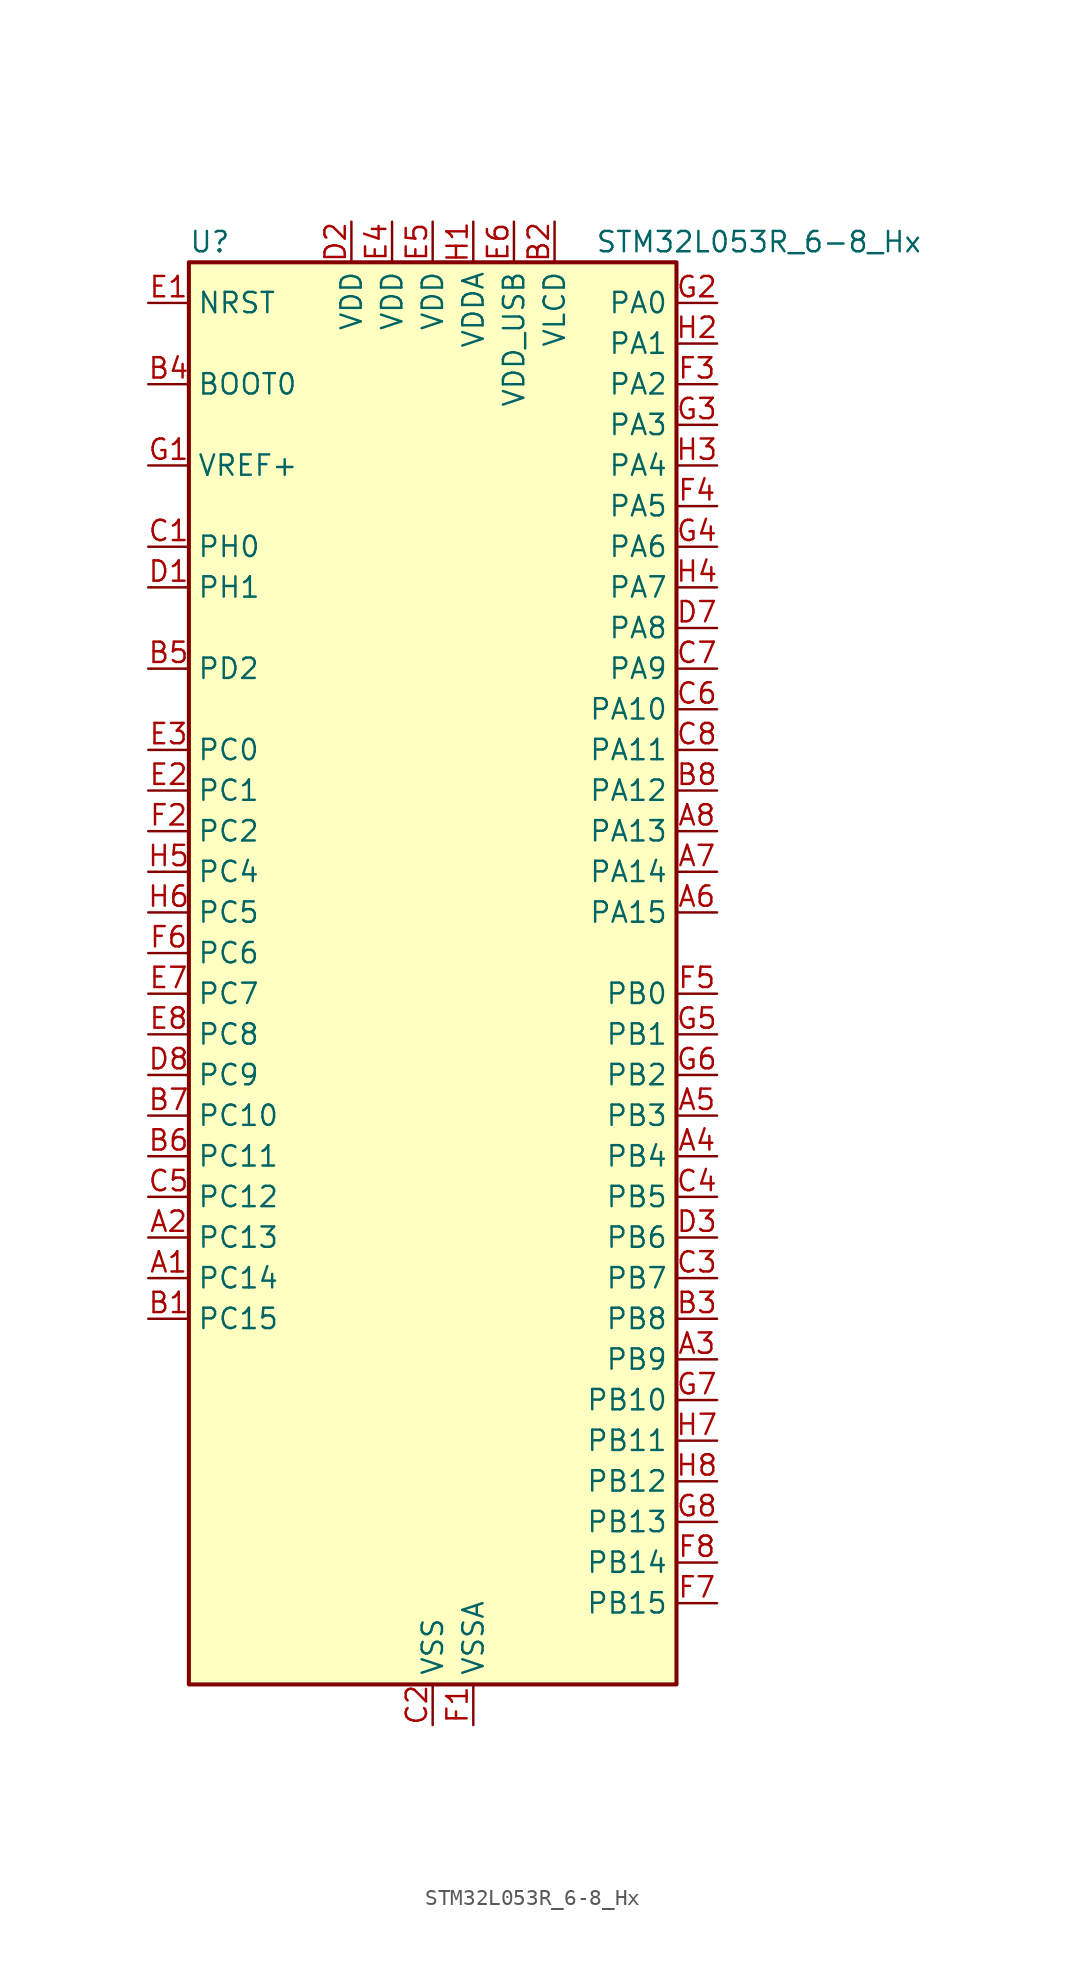
<source format=kicad_sym>
(kicad_symbol_lib
  (version 20220914)
  (generator kicad_symbol_editor)
  (symbol "STM32L053R_6-8_Hx"
    (property "Reference" "U"
      (at -15.24 46.99 0)
      (effects (font (size 1.27 1.27)) (justify left)))
    (property "Value" "STM32L053R_6-8_Hx"
      (at 10.16 46.99 0)
      (effects (font (size 1.27 1.27)) (justify left)))
    (property "ki_locked" ""
      (at 0 0 0)
      (effects (font (size 1.27 1.27))))
    (symbol "STM32L053R_6-8_Hx_0_1"
      (rectangle (start -15.24 -43.18) (end 15.24 45.72) (stroke (width 0.254) (type default)) (fill (type background))))
    (symbol "STM32L053R_6-8_Hx_1_1"
      (pin bidirectional line (at -17.78 -17.78 0) (length 2.54) (name "PC14" (effects (font (size 1.27 1.27)))) (number "A1" (effects (font (size 1.27 1.27)))) (alternate "RCC_OSC32_IN" bidirectional line))
      (pin bidirectional line (at -17.78 -15.24 0) (length 2.54) (name "PC13" (effects (font (size 1.27 1.27)))) (number "A2" (effects (font (size 1.27 1.27)))) (alternate "RTC_OUT_ALARM" bidirectional line) (alternate "RTC_OUT_CALIB" bidirectional line) (alternate "RTC_TAMP1" bidirectional line) (alternate "RTC_TS" bidirectional line) (alternate "SYS_WKUP2" bidirectional line))
      (pin bidirectional line (at 17.78 -22.86 180) (length 2.54) (name "PB9" (effects (font (size 1.27 1.27)))) (number "A3" (effects (font (size 1.27 1.27)))) (alternate "DAC_EXTI9" bidirectional line) (alternate "I2C1_SDA" bidirectional line) (alternate "I2S2_WS" bidirectional line) (alternate "LCD_COM3" bidirectional line) (alternate "SPI2_NSS" bidirectional line))
      (pin bidirectional line (at 17.78 -10.16 180) (length 2.54) (name "PB4" (effects (font (size 1.27 1.27)))) (number "A4" (effects (font (size 1.27 1.27)))) (alternate "COMP2_INP" bidirectional line) (alternate "LCD_SEG8" bidirectional line) (alternate "SPI1_MISO" bidirectional line) (alternate "TIM22_CH1" bidirectional line) (alternate "TSC_G5_IO2" bidirectional line))
      (pin bidirectional line (at 17.78 -7.62 180) (length 2.54) (name "PB3" (effects (font (size 1.27 1.27)))) (number "A5" (effects (font (size 1.27 1.27)))) (alternate "COMP2_INM" bidirectional line) (alternate "LCD_SEG7" bidirectional line) (alternate "SPI1_SCK" bidirectional line) (alternate "TIM2_CH2" bidirectional line) (alternate "TSC_G5_IO1" bidirectional line))
      (pin bidirectional line (at 17.78 5.08 180) (length 2.54) (name "PA15" (effects (font (size 1.27 1.27)))) (number "A6" (effects (font (size 1.27 1.27)))) (alternate "LCD_SEG17" bidirectional line) (alternate "SPI1_NSS" bidirectional line) (alternate "TIM2_CH1" bidirectional line) (alternate "TIM2_ETR" bidirectional line) (alternate "USART2_RX" bidirectional line))
      (pin bidirectional line (at 17.78 7.62 180) (length 2.54) (name "PA14" (effects (font (size 1.27 1.27)))) (number "A7" (effects (font (size 1.27 1.27)))) (alternate "SYS_SWCLK" bidirectional line) (alternate "USART2_TX" bidirectional line))
      (pin bidirectional line (at 17.78 10.16 180) (length 2.54) (name "PA13" (effects (font (size 1.27 1.27)))) (number "A8" (effects (font (size 1.27 1.27)))) (alternate "SYS_SWDIO" bidirectional line) (alternate "USB_NOE" bidirectional line))
      (pin bidirectional line (at -17.78 -20.32 0) (length 2.54) (name "PC15" (effects (font (size 1.27 1.27)))) (number "B1" (effects (font (size 1.27 1.27)))) (alternate "RCC_OSC32_OUT" bidirectional line))
      (pin power_in line (at 7.62 48.26 270) (length 2.54) (name "VLCD" (effects (font (size 1.27 1.27)))) (number "B2" (effects (font (size 1.27 1.27)))))
      (pin bidirectional line (at 17.78 -20.32 180) (length 2.54) (name "PB8" (effects (font (size 1.27 1.27)))) (number "B3" (effects (font (size 1.27 1.27)))) (alternate "I2C1_SCL" bidirectional line) (alternate "LCD_SEG16" bidirectional line) (alternate "TSC_SYNC" bidirectional line))
      (pin input line (at -17.78 38.1 0) (length 2.54) (name "BOOT0" (effects (font (size 1.27 1.27)))) (number "B4" (effects (font (size 1.27 1.27)))))
      (pin bidirectional line (at -17.78 20.32 0) (length 2.54) (name "PD2" (effects (font (size 1.27 1.27)))) (number "B5" (effects (font (size 1.27 1.27)))) (alternate "LCD_COM7" bidirectional line) (alternate "LCD_SEG31" bidirectional line) (alternate "LPUART1_DE" bidirectional line) (alternate "LPUART1_RTS" bidirectional line))
      (pin bidirectional line (at -17.78 -10.16 0) (length 2.54) (name "PC11" (effects (font (size 1.27 1.27)))) (number "B6" (effects (font (size 1.27 1.27)))) (alternate "ADC_EXTI11" bidirectional line) (alternate "LCD_COM5" bidirectional line) (alternate "LCD_SEG29" bidirectional line) (alternate "LPUART1_RX" bidirectional line))
      (pin bidirectional line (at -17.78 -7.62 0) (length 2.54) (name "PC10" (effects (font (size 1.27 1.27)))) (number "B7" (effects (font (size 1.27 1.27)))) (alternate "LCD_COM4" bidirectional line) (alternate "LCD_SEG28" bidirectional line) (alternate "LPUART1_TX" bidirectional line))
      (pin bidirectional line (at 17.78 12.7 180) (length 2.54) (name "PA12" (effects (font (size 1.27 1.27)))) (number "B8" (effects (font (size 1.27 1.27)))) (alternate "COMP2_OUT" bidirectional line) (alternate "SPI1_MOSI" bidirectional line) (alternate "TSC_G4_IO4" bidirectional line) (alternate "USART1_DE" bidirectional line) (alternate "USART1_RTS" bidirectional line) (alternate "USB_DP" bidirectional line))
      (pin bidirectional line (at -17.78 27.94 0) (length 2.54) (name "PH0" (effects (font (size 1.27 1.27)))) (number "C1" (effects (font (size 1.27 1.27)))) (alternate "CRS_SYNC" bidirectional line) (alternate "RCC_OSC_IN" bidirectional line))
      (pin power_in line (at 0 -45.72 90) (length 2.54) (name "VSS" (effects (font (size 1.27 1.27)))) (number "C2" (effects (font (size 1.27 1.27)))))
      (pin bidirectional line (at 17.78 -17.78 180) (length 2.54) (name "PB7" (effects (font (size 1.27 1.27)))) (number "C3" (effects (font (size 1.27 1.27)))) (alternate "COMP2_INP" bidirectional line) (alternate "I2C1_SDA" bidirectional line) (alternate "LPTIM1_IN2" bidirectional line) (alternate "SYS_PVD_IN" bidirectional line) (alternate "TSC_G5_IO4" bidirectional line) (alternate "USART1_RX" bidirectional line))
      (pin bidirectional line (at 17.78 -12.7 180) (length 2.54) (name "PB5" (effects (font (size 1.27 1.27)))) (number "C4" (effects (font (size 1.27 1.27)))) (alternate "COMP2_INP" bidirectional line) (alternate "I2C1_SMBA" bidirectional line) (alternate "LCD_SEG9" bidirectional line) (alternate "LPTIM1_IN1" bidirectional line) (alternate "SPI1_MOSI" bidirectional line) (alternate "TIM22_CH2" bidirectional line))
      (pin bidirectional line (at -17.78 -12.7 0) (length 2.54) (name "PC12" (effects (font (size 1.27 1.27)))) (number "C5" (effects (font (size 1.27 1.27)))) (alternate "LCD_COM6" bidirectional line) (alternate "LCD_SEG30" bidirectional line))
      (pin bidirectional line (at 17.78 17.78 180) (length 2.54) (name "PA10" (effects (font (size 1.27 1.27)))) (number "C6" (effects (font (size 1.27 1.27)))) (alternate "LCD_COM2" bidirectional line) (alternate "TSC_G4_IO2" bidirectional line) (alternate "USART1_RX" bidirectional line))
      (pin bidirectional line (at 17.78 20.32 180) (length 2.54) (name "PA9" (effects (font (size 1.27 1.27)))) (number "C7" (effects (font (size 1.27 1.27)))) (alternate "DAC_EXTI9" bidirectional line) (alternate "LCD_COM1" bidirectional line) (alternate "RCC_MCO" bidirectional line) (alternate "TSC_G4_IO1" bidirectional line) (alternate "USART1_TX" bidirectional line))
      (pin bidirectional line (at 17.78 15.24 180) (length 2.54) (name "PA11" (effects (font (size 1.27 1.27)))) (number "C8" (effects (font (size 1.27 1.27)))) (alternate "ADC_EXTI11" bidirectional line) (alternate "COMP1_OUT" bidirectional line) (alternate "SPI1_MISO" bidirectional line) (alternate "TSC_G4_IO3" bidirectional line) (alternate "USART1_CTS" bidirectional line) (alternate "USB_DM" bidirectional line))
      (pin bidirectional line (at -17.78 25.4 0) (length 2.54) (name "PH1" (effects (font (size 1.27 1.27)))) (number "D1" (effects (font (size 1.27 1.27)))) (alternate "RCC_OSC_OUT" bidirectional line))
      (pin power_in line (at -5.08 48.26 270) (length 2.54) (name "VDD" (effects (font (size 1.27 1.27)))) (number "D2" (effects (font (size 1.27 1.27)))))
      (pin bidirectional line (at 17.78 -15.24 180) (length 2.54) (name "PB6" (effects (font (size 1.27 1.27)))) (number "D3" (effects (font (size 1.27 1.27)))) (alternate "COMP2_INP" bidirectional line) (alternate "I2C1_SCL" bidirectional line) (alternate "LPTIM1_ETR" bidirectional line) (alternate "TSC_G5_IO3" bidirectional line) (alternate "USART1_TX" bidirectional line))
      (pin passive line (at 0 -45.72 90) (length 2.54) hide (name "VSS" (effects (font (size 1.27 1.27)))) (number "D4" (effects (font (size 1.27 1.27)))))
      (pin passive line (at 0 -45.72 90) (length 2.54) hide (name "VSS" (effects (font (size 1.27 1.27)))) (number "D5" (effects (font (size 1.27 1.27)))))
      (pin passive line (at 0 -45.72 90) (length 2.54) hide (name "VSS" (effects (font (size 1.27 1.27)))) (number "D6" (effects (font (size 1.27 1.27)))))
      (pin bidirectional line (at 17.78 22.86 180) (length 2.54) (name "PA8" (effects (font (size 1.27 1.27)))) (number "D7" (effects (font (size 1.27 1.27)))) (alternate "CRS_SYNC" bidirectional line) (alternate "LCD_COM0" bidirectional line) (alternate "RCC_MCO" bidirectional line) (alternate "USART1_CK" bidirectional line))
      (pin bidirectional line (at -17.78 -5.08 0) (length 2.54) (name "PC9" (effects (font (size 1.27 1.27)))) (number "D8" (effects (font (size 1.27 1.27)))) (alternate "DAC_EXTI9" bidirectional line) (alternate "LCD_SEG27" bidirectional line) (alternate "TIM21_ETR" bidirectional line) (alternate "TSC_G8_IO4" bidirectional line) (alternate "USB_NOE" bidirectional line))
      (pin input line (at -17.78 43.18 0) (length 2.54) (name "NRST" (effects (font (size 1.27 1.27)))) (number "E1" (effects (font (size 1.27 1.27)))))
      (pin bidirectional line (at -17.78 12.7 0) (length 2.54) (name "PC1" (effects (font (size 1.27 1.27)))) (number "E2" (effects (font (size 1.27 1.27)))) (alternate "ADC_IN11" bidirectional line) (alternate "LCD_SEG19" bidirectional line) (alternate "LPTIM1_OUT" bidirectional line) (alternate "TSC_G7_IO2" bidirectional line))
      (pin bidirectional line (at -17.78 15.24 0) (length 2.54) (name "PC0" (effects (font (size 1.27 1.27)))) (number "E3" (effects (font (size 1.27 1.27)))) (alternate "ADC_IN10" bidirectional line) (alternate "LCD_SEG18" bidirectional line) (alternate "LPTIM1_IN1" bidirectional line) (alternate "TSC_G7_IO1" bidirectional line))
      (pin power_in line (at -2.54 48.26 270) (length 2.54) (name "VDD" (effects (font (size 1.27 1.27)))) (number "E4" (effects (font (size 1.27 1.27)))))
      (pin power_in line (at 0 48.26 270) (length 2.54) (name "VDD" (effects (font (size 1.27 1.27)))) (number "E5" (effects (font (size 1.27 1.27)))))
      (pin power_in line (at 5.08 48.26 270) (length 2.54) (name "VDD_USB" (effects (font (size 1.27 1.27)))) (number "E6" (effects (font (size 1.27 1.27)))))
      (pin bidirectional line (at -17.78 0 0) (length 2.54) (name "PC7" (effects (font (size 1.27 1.27)))) (number "E7" (effects (font (size 1.27 1.27)))) (alternate "LCD_SEG25" bidirectional line) (alternate "TIM22_CH2" bidirectional line) (alternate "TSC_G8_IO2" bidirectional line))
      (pin bidirectional line (at -17.78 -2.54 0) (length 2.54) (name "PC8" (effects (font (size 1.27 1.27)))) (number "E8" (effects (font (size 1.27 1.27)))) (alternate "LCD_SEG26" bidirectional line) (alternate "TIM22_ETR" bidirectional line) (alternate "TSC_G8_IO3" bidirectional line))
      (pin power_in line (at 2.54 -45.72 90) (length 2.54) (name "VSSA" (effects (font (size 1.27 1.27)))) (number "F1" (effects (font (size 1.27 1.27)))))
      (pin bidirectional line (at -17.78 10.16 0) (length 2.54) (name "PC2" (effects (font (size 1.27 1.27)))) (number "F2" (effects (font (size 1.27 1.27)))) (alternate "ADC_IN12" bidirectional line) (alternate "I2S2_MCK" bidirectional line) (alternate "LCD_SEG20" bidirectional line) (alternate "LPTIM1_IN2" bidirectional line) (alternate "SPI2_MISO" bidirectional line) (alternate "TSC_G7_IO3" bidirectional line))
      (pin bidirectional line (at 17.78 38.1 180) (length 2.54) (name "PA2" (effects (font (size 1.27 1.27)))) (number "F3" (effects (font (size 1.27 1.27)))) (alternate "ADC_IN2" bidirectional line) (alternate "COMP2_INM" bidirectional line) (alternate "COMP2_OUT" bidirectional line) (alternate "LCD_SEG1" bidirectional line) (alternate "TIM21_CH1" bidirectional line) (alternate "TIM2_CH3" bidirectional line) (alternate "TSC_G1_IO3" bidirectional line) (alternate "USART2_TX" bidirectional line))
      (pin bidirectional line (at 17.78 30.48 180) (length 2.54) (name "PA5" (effects (font (size 1.27 1.27)))) (number "F4" (effects (font (size 1.27 1.27)))) (alternate "ADC_IN5" bidirectional line) (alternate "COMP1_INM" bidirectional line) (alternate "COMP2_INM" bidirectional line) (alternate "SPI1_SCK" bidirectional line) (alternate "TIM2_CH1" bidirectional line) (alternate "TIM2_ETR" bidirectional line) (alternate "TSC_G2_IO2" bidirectional line))
      (pin bidirectional line (at 17.78 0 180) (length 2.54) (name "PB0" (effects (font (size 1.27 1.27)))) (number "F5" (effects (font (size 1.27 1.27)))) (alternate "ADC_IN8" bidirectional line) (alternate "LCD_SEG5" bidirectional line) (alternate "LCD_VLCD3" bidirectional line) (alternate "SYS_VREF_OUT_PB0" bidirectional line) (alternate "TSC_G3_IO2" bidirectional line))
      (pin bidirectional line (at -17.78 2.54 0) (length 2.54) (name "PC6" (effects (font (size 1.27 1.27)))) (number "F6" (effects (font (size 1.27 1.27)))) (alternate "LCD_SEG24" bidirectional line) (alternate "TIM22_CH1" bidirectional line) (alternate "TSC_G8_IO1" bidirectional line))
      (pin bidirectional line (at 17.78 -38.1 180) (length 2.54) (name "PB15" (effects (font (size 1.27 1.27)))) (number "F7" (effects (font (size 1.27 1.27)))) (alternate "I2S2_SD" bidirectional line) (alternate "LCD_SEG15" bidirectional line) (alternate "RTC_REFIN" bidirectional line) (alternate "SPI2_MOSI" bidirectional line))
      (pin bidirectional line (at 17.78 -35.56 180) (length 2.54) (name "PB14" (effects (font (size 1.27 1.27)))) (number "F8" (effects (font (size 1.27 1.27)))) (alternate "I2C2_SDA" bidirectional line) (alternate "I2S2_MCK" bidirectional line) (alternate "LCD_SEG14" bidirectional line) (alternate "LPUART1_DE" bidirectional line) (alternate "LPUART1_RTS" bidirectional line) (alternate "RTC_OUT_ALARM" bidirectional line) (alternate "RTC_OUT_CALIB" bidirectional line) (alternate "SPI2_MISO" bidirectional line) (alternate "TIM21_CH2" bidirectional line) (alternate "TSC_G6_IO4" bidirectional line))
      (pin input line (at -17.78 33.02 0) (length 2.54) (name "VREF+" (effects (font (size 1.27 1.27)))) (number "G1" (effects (font (size 1.27 1.27)))))
      (pin bidirectional line (at 17.78 43.18 180) (length 2.54) (name "PA0" (effects (font (size 1.27 1.27)))) (number "G2" (effects (font (size 1.27 1.27)))) (alternate "ADC_IN0" bidirectional line) (alternate "COMP1_INM" bidirectional line) (alternate "COMP1_OUT" bidirectional line) (alternate "RTC_TAMP2" bidirectional line) (alternate "SYS_WKUP1" bidirectional line) (alternate "TIM2_CH1" bidirectional line) (alternate "TIM2_ETR" bidirectional line) (alternate "TSC_G1_IO1" bidirectional line) (alternate "USART2_CTS" bidirectional line))
      (pin bidirectional line (at 17.78 35.56 180) (length 2.54) (name "PA3" (effects (font (size 1.27 1.27)))) (number "G3" (effects (font (size 1.27 1.27)))) (alternate "ADC_IN3" bidirectional line) (alternate "COMP2_INP" bidirectional line) (alternate "LCD_SEG2" bidirectional line) (alternate "TIM21_CH2" bidirectional line) (alternate "TIM2_CH4" bidirectional line) (alternate "TSC_G1_IO4" bidirectional line) (alternate "USART2_RX" bidirectional line))
      (pin bidirectional line (at 17.78 27.94 180) (length 2.54) (name "PA6" (effects (font (size 1.27 1.27)))) (number "G4" (effects (font (size 1.27 1.27)))) (alternate "ADC_IN6" bidirectional line) (alternate "COMP1_OUT" bidirectional line) (alternate "LCD_SEG3" bidirectional line) (alternate "LPUART1_CTS" bidirectional line) (alternate "SPI1_MISO" bidirectional line) (alternate "TIM22_CH1" bidirectional line) (alternate "TSC_G2_IO3" bidirectional line))
      (pin bidirectional line (at 17.78 -2.54 180) (length 2.54) (name "PB1" (effects (font (size 1.27 1.27)))) (number "G5" (effects (font (size 1.27 1.27)))) (alternate "ADC_IN9" bidirectional line) (alternate "LCD_SEG6" bidirectional line) (alternate "LPUART1_DE" bidirectional line) (alternate "LPUART1_RTS" bidirectional line) (alternate "SYS_VREF_OUT_PB1" bidirectional line) (alternate "TSC_G3_IO3" bidirectional line))
      (pin bidirectional line (at 17.78 -5.08 180) (length 2.54) (name "PB2" (effects (font (size 1.27 1.27)))) (number "G6" (effects (font (size 1.27 1.27)))) (alternate "LCD_VLCD1" bidirectional line) (alternate "LPTIM1_OUT" bidirectional line) (alternate "TSC_G3_IO4" bidirectional line))
      (pin bidirectional line (at 17.78 -25.4 180) (length 2.54) (name "PB10" (effects (font (size 1.27 1.27)))) (number "G7" (effects (font (size 1.27 1.27)))) (alternate "I2C2_SCL" bidirectional line) (alternate "LCD_SEG10" bidirectional line) (alternate "LPUART1_TX" bidirectional line) (alternate "SPI2_SCK" bidirectional line) (alternate "TIM2_CH3" bidirectional line) (alternate "TSC_SYNC" bidirectional line))
      (pin bidirectional line (at 17.78 -33.02 180) (length 2.54) (name "PB13" (effects (font (size 1.27 1.27)))) (number "G8" (effects (font (size 1.27 1.27)))) (alternate "I2C2_SCL" bidirectional line) (alternate "I2S2_CK" bidirectional line) (alternate "LCD_SEG13" bidirectional line) (alternate "LPUART1_CTS" bidirectional line) (alternate "SPI2_SCK" bidirectional line) (alternate "TIM21_CH1" bidirectional line) (alternate "TSC_G6_IO3" bidirectional line))
      (pin power_in line (at 2.54 48.26 270) (length 2.54) (name "VDDA" (effects (font (size 1.27 1.27)))) (number "H1" (effects (font (size 1.27 1.27)))))
      (pin bidirectional line (at 17.78 40.64 180) (length 2.54) (name "PA1" (effects (font (size 1.27 1.27)))) (number "H2" (effects (font (size 1.27 1.27)))) (alternate "ADC_IN1" bidirectional line) (alternate "COMP1_INP" bidirectional line) (alternate "LCD_SEG0" bidirectional line) (alternate "TIM21_ETR" bidirectional line) (alternate "TIM2_CH2" bidirectional line) (alternate "TSC_G1_IO2" bidirectional line) (alternate "USART2_DE" bidirectional line) (alternate "USART2_RTS" bidirectional line))
      (pin bidirectional line (at 17.78 33.02 180) (length 2.54) (name "PA4" (effects (font (size 1.27 1.27)))) (number "H3" (effects (font (size 1.27 1.27)))) (alternate "ADC_IN4" bidirectional line) (alternate "COMP1_INM" bidirectional line) (alternate "COMP2_INM" bidirectional line) (alternate "DAC_OUT1" bidirectional line) (alternate "SPI1_NSS" bidirectional line) (alternate "TIM22_ETR" bidirectional line) (alternate "TSC_G2_IO1" bidirectional line) (alternate "USART2_CK" bidirectional line))
      (pin bidirectional line (at 17.78 25.4 180) (length 2.54) (name "PA7" (effects (font (size 1.27 1.27)))) (number "H4" (effects (font (size 1.27 1.27)))) (alternate "ADC_IN7" bidirectional line) (alternate "COMP2_OUT" bidirectional line) (alternate "LCD_SEG4" bidirectional line) (alternate "SPI1_MOSI" bidirectional line) (alternate "TIM22_CH2" bidirectional line) (alternate "TSC_G2_IO4" bidirectional line))
      (pin bidirectional line (at -17.78 7.62 0) (length 2.54) (name "PC4" (effects (font (size 1.27 1.27)))) (number "H5" (effects (font (size 1.27 1.27)))) (alternate "ADC_IN14" bidirectional line) (alternate "LCD_SEG22" bidirectional line) (alternate "LPUART1_TX" bidirectional line))
      (pin bidirectional line (at -17.78 5.08 0) (length 2.54) (name "PC5" (effects (font (size 1.27 1.27)))) (number "H6" (effects (font (size 1.27 1.27)))) (alternate "ADC_IN15" bidirectional line) (alternate "LCD_SEG23" bidirectional line) (alternate "LPUART1_RX" bidirectional line) (alternate "TSC_G3_IO1" bidirectional line))
      (pin bidirectional line (at 17.78 -27.94 180) (length 2.54) (name "PB11" (effects (font (size 1.27 1.27)))) (number "H7" (effects (font (size 1.27 1.27)))) (alternate "ADC_EXTI11" bidirectional line) (alternate "I2C2_SDA" bidirectional line) (alternate "LCD_SEG11" bidirectional line) (alternate "LPUART1_RX" bidirectional line) (alternate "TIM2_CH4" bidirectional line) (alternate "TSC_G6_IO1" bidirectional line))
      (pin bidirectional line (at 17.78 -30.48 180) (length 2.54) (name "PB12" (effects (font (size 1.27 1.27)))) (number "H8" (effects (font (size 1.27 1.27)))) (alternate "I2S2_WS" bidirectional line) (alternate "LCD_SEG12" bidirectional line) (alternate "LCD_VLCD2" bidirectional line) (alternate "LPUART1_DE" bidirectional line) (alternate "LPUART1_RTS" bidirectional line) (alternate "SPI2_NSS" bidirectional line) (alternate "TSC_G6_IO2" bidirectional line)))))
</source>
